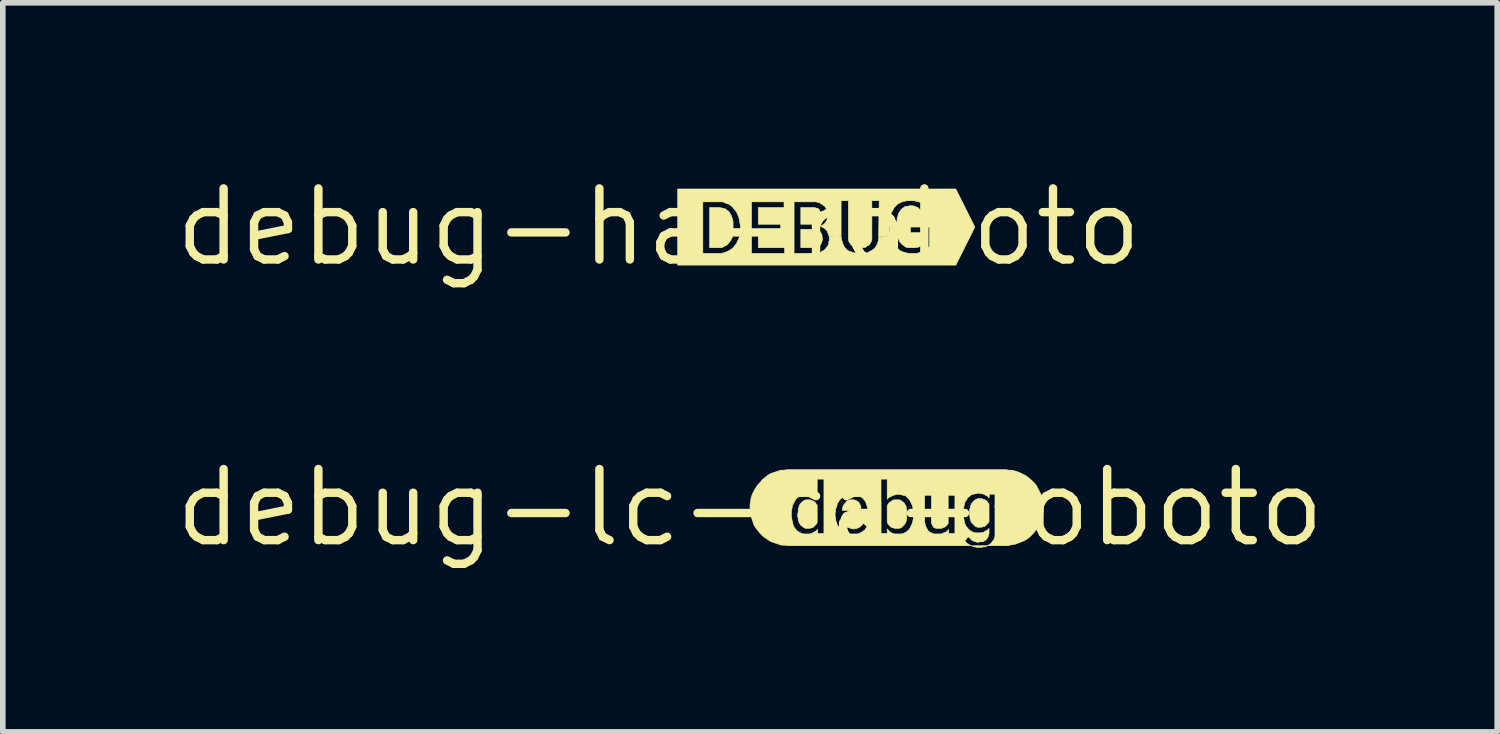
<source format=kicad_pcb>
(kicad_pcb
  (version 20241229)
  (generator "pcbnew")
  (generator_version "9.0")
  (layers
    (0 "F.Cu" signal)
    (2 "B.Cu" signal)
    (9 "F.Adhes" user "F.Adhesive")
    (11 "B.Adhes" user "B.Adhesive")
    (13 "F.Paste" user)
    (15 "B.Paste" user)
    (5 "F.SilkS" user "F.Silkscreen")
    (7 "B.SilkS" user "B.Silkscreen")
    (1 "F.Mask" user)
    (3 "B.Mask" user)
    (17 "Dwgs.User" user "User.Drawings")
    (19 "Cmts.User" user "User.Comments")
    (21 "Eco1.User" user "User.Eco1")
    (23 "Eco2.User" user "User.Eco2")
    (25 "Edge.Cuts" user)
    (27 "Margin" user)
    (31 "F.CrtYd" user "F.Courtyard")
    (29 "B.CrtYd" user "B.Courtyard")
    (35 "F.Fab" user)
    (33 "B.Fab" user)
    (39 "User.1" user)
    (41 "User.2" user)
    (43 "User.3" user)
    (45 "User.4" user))
  (footprint "debug-ha-roboto"
    (layer "F.Cu")
    (at 8.716 1.006)
    (property "Reference" "debug-ha-roboto" (at 0 0 0) (layer "F.SilkS") (effects (font (size 1.27 1.27) (thickness 0.15))))
    (attr board_only exclude_from_pos_files exclude_from_bom)
    (fp_poly (pts (xy 2.54 -0.05) (xy 2.73 -0.05) (xy 2.75 -0.06) (xy 2.78 -0.06) (xy 2.8 -0.07) (xy 2.82 -0.08) (xy 2.84 -0.09) (xy 2.86 -0.11) (xy 2.88 -0.13) (xy 2.89 -0.15) (xy 2.9 -0.18) (xy 2.9 -0.21) (xy 2.9 -0.24) (xy 2.89 -0.27) (xy 2.87 -0.29) (xy 2.86 -0.31) (xy 2.84 -0.33) (xy 2.81 -0.34) (xy 2.78 -0.35) (xy 2.73 -0.35) (xy 2.54 -0.35) (xy 2.54 -0.05)) (stroke (width 0.01) (type solid)) (fill yes) (layer "F.SilkS"))
    (fp_poly (pts (xy 2.54 0.04) (xy 2.54 0.37) (xy 2.75 0.37) (xy 2.79 0.37) (xy 2.82 0.36) (xy 2.85 0.35) (xy 2.88 0.33) (xy 2.9 0.3) (xy 2.91 0.28) (xy 2.92 0.25) (xy 2.93 0.22) (xy 2.92 0.18) (xy 2.92 0.15) (xy 2.91 0.12) (xy 2.89 0.09) (xy 2.87 0.07) (xy 2.85 0.06) (xy 2.83 0.05) (xy 2.8 0.05) (xy 2.78 0.04) (xy 2.75 0.04) (xy 2.54 0.04)) (stroke (width 0.01) (type solid)) (fill yes) (layer "F.SilkS"))
    (fp_poly (pts (xy 0.91 -0.35) (xy 0.91 0.37) (xy 1.07 0.37) (xy 1.11 0.37) (xy 1.15 0.36) (xy 1.18 0.34) (xy 1.21 0.33) (xy 1.23 0.31) (xy 1.25 0.29) (xy 1.27 0.26) (xy 1.29 0.24) (xy 1.3 0.21) (xy 1.32 0.18) (xy 1.33 0.14) (xy 1.33 0.09) (xy 1.33 0.05) (xy 1.33 -0.02) (xy 1.33 -0.06) (xy 1.33 -0.1) (xy 1.32 -0.14) (xy 1.31 -0.17) (xy 1.3 -0.2) (xy 1.29 -0.22) (xy 1.27 -0.25) (xy 1.26 -0.27) (xy 1.24 -0.29) (xy 1.22 -0.3) (xy 1.2 -0.32) (xy 1.18 -0.33) (xy 1.13 -0.34) (xy 1.08 -0.35) (xy 1.05 -0.35) (xy 0.91 -0.35)) (stroke (width 0.01) (type solid)) (fill yes) (layer "F.SilkS"))
    (fp_poly (pts (xy 0.68 -0.68) (xy 0.34 -0.68) (xy 0.34 0.68) (xy 5.31 0.68) (xy 5.65 0) (xy 5.31 -0.68) (xy 0.68 -0.68) (xy 0.79 -0.45) (xy 1.05 -0.45) (xy 1.1 -0.45) (xy 1.14 -0.45) (xy 1.17 -0.44) (xy 1.21 -0.42) (xy 1.25 -0.41) (xy 1.28 -0.39) (xy 1.32 -0.36) (xy 1.34 -0.33) (xy 1.37 -0.3) (xy 1.39 -0.27) (xy 1.41 -0.23) (xy 1.43 -0.18) (xy 1.44 -0.14) (xy 1.45 -0.08) (xy 1.46 -0.03) (xy 1.46 0.05) (xy 1.45 0.09) (xy 1.45 0.14) (xy 1.44 0.19) (xy 1.42 0.23) (xy 1.4 0.27) (xy 1.39 0.3) (xy 1.66 0.47) (xy 1.66 -0.45) (xy 2.24 -0.45) (xy 2.24 -0.35) (xy 1.78 -0.35) (xy 1.78 -0.05) (xy 2.18 -0.05) (xy 2.18 0.05) (xy 1.78 0.05) (xy 1.78 0.37) (xy 2.25 0.37) (xy 2.25 0.47) (xy 2.42 0.47) (xy 2.42 -0.45) (xy 2.72 -0.45) (xy 2.77 -0.45) (xy 2.81 -0.45) (xy 2.85 -0.44) (xy 2.88 -0.43) (xy 2.91 -0.41) (xy 2.93 -0.4) (xy 2.95 -0.38) (xy 2.97 -0.37) (xy 2.98 -0.35) (xy 3 -0.33) (xy 3.01 -0.3) (xy 3.01 -0.28) (xy 3.02 -0.25) (xy 3.02 -0.21) (xy 3.02 -0.18) (xy 3.01 -0.14) (xy 3 -0.11) (xy 2.98 -0.08) (xy 2.95 -0.05) (xy 2.92 -0.03) (xy 2.89 -0.01) (xy 2.91 -0.01) (xy 2.93 0.01) (xy 2.96 0.02) (xy 2.97 0.03) (xy 2.99 0.05) (xy 3.01 0.07) (xy 3.02 0.1) (xy 3.03 0.12) (xy 3.04 0.15) (xy 3.05 0.17) (xy 3.26 0.16) (xy 3.26 -0.47) (xy 3.39 -0.47) (xy 3.39 0.17) (xy 3.39 0.22) (xy 3.4 0.26) (xy 3.42 0.29) (xy 3.43 0.31) (xy 3.45 0.33) (xy 3.47 0.34) (xy 3.5 0.36) (xy 3.53 0.37) (xy 3.56 0.37) (xy 3.6 0.37) (xy 3.63 0.37) (xy 3.67 0.37) (xy 3.7 0.36) (xy 3.72 0.34) (xy 3.75 0.33) (xy 3.77 0.31) (xy 3.78 0.29) (xy 3.8 0.26) (xy 3.81 0.22) (xy 3.81 0.17) (xy 3.81 -0.47) (xy 3.94 -0.47) (xy 3.93 0.18) (xy 4.14 0.15) (xy 4.13 0.1) (xy 4.12 0.04) (xy 4.13 -0.05) (xy 4.13 -0.09) (xy 4.13 -0.14) (xy 4.14 -0.19) (xy 4.15 -0.24) (xy 4.17 -0.28) (xy 4.19 -0.31) (xy 4.21 -0.35) (xy 4.24 -0.38) (xy 4.27 -0.41) (xy 4.31 -0.43) (xy 4.35 -0.45) (xy 4.39 -0.46) (xy 4.44 -0.47) (xy 4.5 -0.47) (xy 4.56 -0.47) (xy 4.61 -0.46) (xy 4.65 -0.45) (xy 4.69 -0.43) (xy 4.73 -0.41) (xy 4.76 -0.38) (xy 4.78 -0.35) (xy 4.8 -0.32) (xy 4.82 -0.28) (xy 4.83 -0.24) (xy 4.84 -0.19) (xy 4.72 -0.19) (xy 4.71 -0.22) (xy 4.7 -0.26) (xy 4.69 -0.28) (xy 4.67 -0.31) (xy 4.65 -0.33) (xy 4.63 -0.35) (xy 4.6 -0.36) (xy 4.58 -0.37) (xy 4.54 -0.38) (xy 4.51 -0.38) (xy 4.48 -0.38) (xy 4.45 -0.37) (xy 4.42 -0.37) (xy 4.39 -0.36) (xy 4.37 -0.34) (xy 4.35 -0.33) (xy 4.33 -0.31) (xy 4.31 -0.28) (xy 4.29 -0.25) (xy 4.28 -0.22) (xy 4.27 -0.19) (xy 4.26 -0.15) (xy 4.26 -0.11) (xy 4.25 -0.07) (xy 4.25 0.06) (xy 4.26 0.1) (xy 4.26 0.14) (xy 4.27 0.18) (xy 4.29 0.22) (xy 4.3 0.25) (xy 4.32 0.28) (xy 4.35 0.31) (xy 4.39 0.34) (xy 4.42 0.36) (xy 4.46 0.37) (xy 4.51 0.37) (xy 4.58 0.37) (xy 4.64 0.36) (xy 4.66 0.35) (xy 4.67 0.34) (xy 4.7 0.33) (xy 4.72 0.3) (xy 4.72 0.1) (xy 4.5 0.1) (xy 4.5 0) (xy 4.84 0) (xy 4.84 0.34) (xy 4.82 0.37) (xy 4.79 0.4) (xy 4.75 0.42) (xy 4.71 0.44) (xy 4.67 0.45) (xy 4.62 0.47) (xy 4.57 0.47) (xy 4.51 0.47) (xy 4.47 0.47) (xy 4.42 0.46) (xy 4.39 0.45) (xy 4.35 0.44) (xy 4.31 0.42) (xy 4.28 0.39) (xy 4.25 0.37) (xy 4.22 0.34) (xy 4.19 0.3) (xy 4.17 0.25) (xy 4.15 0.2) (xy 4.14 0.15) (xy 3.93 0.19) (xy 3.93 0.22) (xy 3.92 0.26) (xy 3.91 0.3) (xy 3.89 0.33) (xy 3.88 0.35) (xy 3.86 0.38) (xy 3.83 0.4) (xy 3.81 0.42) (xy 3.78 0.43) (xy 3.75 0.45) (xy 3.72 0.46) (xy 3.68 0.47) (xy 3.63 0.47) (xy 3.57 0.47) (xy 3.53 0.47) (xy 3.49 0.46) (xy 3.46 0.45) (xy 3.43 0.44) (xy 3.4 0.43) (xy 3.37 0.41) (xy 3.35 0.39) (xy 3.33 0.37) (xy 3.31 0.34) (xy 3.3 0.32) (xy 3.29 0.29) (xy 3.28 0.26) (xy 3.27 0.23) (xy 3.26 0.17) (xy 3.05 0.18) (xy 3.05 0.2) (xy 3.05 0.24) (xy 3.04 0.26) (xy 3.04 0.29) (xy 3.03 0.32) (xy 3.02 0.34) (xy 3 0.36) (xy 2.99 0.38) (xy 2.97 0.4) (xy 2.95 0.42) (xy 2.92 0.43) (xy 2.9 0.45) (xy 2.87 0.46) (xy 2.84 0.46) (xy 2.8 0.47) (xy 2.75 0.47) (xy 2.42 0.47) (xy 2.25 0.47) (xy 1.66 0.47) (xy 1.39 0.3) (xy 1.36 0.33) (xy 1.34 0.36) (xy 1.32 0.38) (xy 1.29 0.4) (xy 1.26 0.42) (xy 1.22 0.44) (xy 1.19 0.45) (xy 1.13 0.47) (xy 1.07 0.47) (xy 0.79 0.47) (xy 0.79 -0.45) (xy 0.68 -0.68)) (stroke (width 0.01) (type solid)) (fill yes) (layer "F.SilkS")))
  (footprint "debug-lc-ca-roboto"
    (layer "F.Cu")
    (at 10.349 6.019)
    (property "Reference" "debug-lc-ca-roboto" (at 0 0 0) (layer "F.SilkS") (effects (font (size 1.27 1.27) (thickness 0.15))))
    (attr board_only exclude_from_pos_files exclude_from_bom)
    (fp_poly (pts (xy 1.82 -0.14) (xy 1.79 -0.14) (xy 1.75 -0.13) (xy 1.72 -0.11) (xy 1.7 -0.08) (xy 1.68 -0.06) (xy 1.66 -0.02) (xy 1.65 0.01) (xy 1.65 0.05) (xy 1.98 0.05) (xy 1.98 0.01) (xy 1.98 -0.03) (xy 1.96 -0.06) (xy 1.95 -0.09) (xy 1.92 -0.11) (xy 1.89 -0.13) (xy 1.86 -0.14) (xy 1.82 -0.14)) (stroke (width 0.01) (type solid)) (fill yes) (layer "F.SilkS"))
    (fp_poly (pts (xy 0.85 0.12) (xy 0.85 0.16) (xy 0.86 0.19) (xy 0.86 0.22) (xy 0.87 0.25) (xy 0.88 0.27) (xy 0.89 0.29) (xy 0.91 0.32) (xy 0.93 0.33) (xy 0.95 0.35) (xy 0.97 0.36) (xy 0.99 0.37) (xy 1.01 0.37) (xy 1.04 0.37) (xy 1.07 0.37) (xy 1.1 0.36) (xy 1.12 0.36) (xy 1.14 0.34) (xy 1.16 0.32) (xy 1.18 0.3) (xy 1.2 0.27) (xy 1.2 -0.04) (xy 1.18 -0.07) (xy 1.16 -0.1) (xy 1.13 -0.12) (xy 1.1 -0.13) (xy 1.07 -0.14) (xy 1.03 -0.14) (xy 1 -0.14) (xy 0.97 -0.13) (xy 0.94 -0.11) (xy 0.92 -0.09) (xy 0.9 -0.07) (xy 0.88 -0.04) (xy 0.87 0) (xy 0.86 0.03) (xy 0.86 0.08) (xy 0.85 0.12)) (stroke (width 0.01) (type solid)) (fill yes) (layer "F.SilkS"))
    (fp_poly (pts (xy 2.8 0.11) (xy 2.8 0.07) (xy 2.8 0.04) (xy 2.79 0.01) (xy 2.79 -0.02) (xy 2.78 -0.04) (xy 2.76 -0.07) (xy 2.75 -0.09) (xy 2.73 -0.1) (xy 2.71 -0.12) (xy 2.69 -0.13) (xy 2.67 -0.14) (xy 2.65 -0.14) (xy 2.62 -0.14) (xy 2.59 -0.14) (xy 2.57 -0.14) (xy 2.54 -0.13) (xy 2.52 -0.11) (xy 2.49 -0.09) (xy 2.47 -0.07) (xy 2.45 -0.03) (xy 2.45 0.26) (xy 2.47 0.3) (xy 2.49 0.32) (xy 2.52 0.35) (xy 2.55 0.36) (xy 2.59 0.37) (xy 2.62 0.37) (xy 2.66 0.37) (xy 2.7 0.36) (xy 2.72 0.34) (xy 2.74 0.32) (xy 2.76 0.3) (xy 2.78 0.27) (xy 2.79 0.24) (xy 2.8 0.2) (xy 2.8 0.16) (xy 2.8 0.11)) (stroke (width 0.01) (type solid)) (fill yes) (layer "F.SilkS"))
    (fp_poly (pts (xy 3.92 0.1) (xy 3.92 0.14) (xy 3.93 0.17) (xy 3.93 0.2) (xy 3.94 0.23) (xy 3.95 0.25) (xy 3.96 0.27) (xy 3.98 0.29) (xy 4 0.31) (xy 4.02 0.33) (xy 4.04 0.34) (xy 4.06 0.35) (xy 4.08 0.35) (xy 4.11 0.35) (xy 4.14 0.35) (xy 4.16 0.34) (xy 4.19 0.34) (xy 4.21 0.32) (xy 4.23 0.3) (xy 4.25 0.28) (xy 4.27 0.25) (xy 4.27 -0.06) (xy 4.25 -0.09) (xy 4.23 -0.12) (xy 4.2 -0.14) (xy 4.17 -0.15) (xy 4.14 -0.16) (xy 4.1 -0.16) (xy 4.07 -0.16) (xy 4.04 -0.15) (xy 4.01 -0.13) (xy 3.99 -0.11) (xy 3.97 -0.09) (xy 3.95 -0.06) (xy 3.94 -0.02) (xy 3.93 0.01) (xy 3.92 0.06) (xy 3.92 0.1)) (stroke (width 0.01) (type solid)) (fill yes) (layer "F.SilkS"))
    (fp_poly (pts (xy 0.68 -0.68) (xy 0.61 -0.67) (xy 0.55 -0.67) (xy 0.49 -0.65) (xy 0.43 -0.63) (xy 0.37 -0.61) (xy 0.32 -0.58) (xy 0.27 -0.54) (xy 0.22 -0.5) (xy 0.18 -0.45) (xy 0.14 -0.41) (xy 0.1 -0.35) (xy 0.07 -0.3) (xy 0.04 -0.24) (xy 0.02 -0.18) (xy 0.01 -0.12) (xy 0 -0.06) (xy 0 0) (xy 0 0.07) (xy 0.01 0.13) (xy 0.03 0.19) (xy 0.05 0.25) (xy 0.07 0.31) (xy 0.1 0.36) (xy 0.14 0.41) (xy 0.18 0.46) (xy 0.23 0.51) (xy 0.27 0.54) (xy 0.33 0.58) (xy 0.38 0.61) (xy 0.44 0.63) (xy 0.5 0.65) (xy 0.56 0.67) (xy 0.62 0.67) (xy 0.68 0.68) (xy 0.85 0.42) (xy 0.82 0.39) (xy 0.79 0.35) (xy 0.77 0.31) (xy 0.76 0.26) (xy 0.75 0.22) (xy 0.74 0.16) (xy 0.74 0.11) (xy 0.74 0.06) (xy 0.75 0.01) (xy 0.76 -0.04) (xy 0.78 -0.08) (xy 0.8 -0.12) (xy 0.82 -0.15) (xy 0.85 -0.18) (xy 0.89 -0.21) (xy 0.92 -0.22) (xy 0.97 -0.23) (xy 1.01 -0.24) (xy 1.06 -0.23) (xy 1.1 -0.22) (xy 1.14 -0.21) (xy 1.17 -0.18) (xy 1.2 -0.16) (xy 1.2 -0.51) (xy 1.32 -0.51) (xy 1.32 0.46) (xy 1.56 0.31) (xy 1.55 0.28) (xy 1.54 0.25) (xy 1.53 0.22) (xy 1.53 0.19) (xy 1.52 0.15) (xy 1.52 0.1) (xy 1.53 0.07) (xy 1.53 0.03) (xy 1.54 0) (xy 1.55 -0.03) (xy 1.56 -0.07) (xy 1.58 -0.1) (xy 1.59 -0.12) (xy 1.61 -0.15) (xy 1.64 -0.17) (xy 1.66 -0.19) (xy 1.69 -0.2) (xy 1.72 -0.22) (xy 1.75 -0.23) (xy 1.78 -0.23) (xy 1.81 -0.24) (xy 1.84 -0.24) (xy 1.88 -0.23) (xy 1.91 -0.23) (xy 1.93 -0.22) (xy 1.96 -0.21) (xy 1.98 -0.19) (xy 2 -0.18) (xy 2.02 -0.16) (xy 2.04 -0.14) (xy 2.06 -0.11) (xy 2.07 -0.09) (xy 2.08 -0.06) (xy 2.09 -0.03) (xy 2.1 0.01) (xy 2.1 0.04) (xy 2.11 0.08) (xy 2.11 0.15) (xy 1.64 0.15) (xy 1.64 0.19) (xy 1.65 0.22) (xy 1.66 0.25) (xy 1.67 0.28) (xy 1.69 0.31) (xy 1.71 0.33) (xy 1.74 0.35) (xy 1.77 0.36) (xy 1.8 0.37) (xy 1.83 0.38) (xy 1.87 0.38) (xy 1.91 0.37) (xy 1.94 0.36) (xy 1.97 0.34) (xy 2 0.31) (xy 2.03 0.28) (xy 2.09 0.34) (xy 2.34 0.46) (xy 2.34 -0.51) (xy 2.45 -0.51) (xy 2.45 -0.15) (xy 2.48 -0.18) (xy 2.52 -0.2) (xy 2.56 -0.22) (xy 2.6 -0.23) (xy 2.65 -0.24) (xy 2.7 -0.23) (xy 2.74 -0.22) (xy 2.78 -0.21) (xy 2.81 -0.18) (xy 2.84 -0.15) (xy 2.86 -0.12) (xy 2.88 -0.08) (xy 2.9 -0.04) (xy 2.91 0.01) (xy 2.92 0.06) (xy 2.92 0.12) (xy 2.92 0.18) (xy 2.91 0.23) (xy 3.12 0.26) (xy 3.12 -0.22) (xy 3.24 -0.22) (xy 3.24 0.22) (xy 3.24 0.25) (xy 3.24 0.27) (xy 3.25 0.3) (xy 3.26 0.32) (xy 3.27 0.33) (xy 3.28 0.35) (xy 3.3 0.36) (xy 3.32 0.37) (xy 3.34 0.37) (xy 3.37 0.37) (xy 3.4 0.37) (xy 3.42 0.37) (xy 3.45 0.36) (xy 3.47 0.35) (xy 3.49 0.34) (xy 3.51 0.32) (xy 3.52 0.31) (xy 3.54 0.28) (xy 3.54 0.27) (xy 3.54 -0.22) (xy 3.66 -0.22) (xy 3.84 -0.1) (xy 3.87 -0.14) (xy 3.89 -0.18) (xy 3.92 -0.2) (xy 3.95 -0.23) (xy 3.99 -0.24) (xy 4.04 -0.25) (xy 4.08 -0.26) (xy 4.13 -0.25) (xy 4.18 -0.24) (xy 4.21 -0.22) (xy 4.25 -0.2) (xy 4.27 -0.17) (xy 4.28 -0.24) (xy 4.39 -0.24) (xy 4.39 0.43) (xy 4.39 0.46) (xy 4.38 0.52) (xy 4.37 0.54) (xy 4.36 0.56) (xy 4.35 0.58) (xy 4.33 0.6) (xy 4.32 0.62) (xy 4.3 0.64) (xy 4.28 0.66) (xy 4.25 0.67) (xy 4.23 0.69) (xy 4.2 0.7) (xy 4.17 0.7) (xy 4.14 0.71) (xy 4.11 0.71) (xy 4.08 0.71) (xy 4.05 0.71) (xy 4.01 0.7) (xy 3.98 0.69) (xy 3.95 0.68) (xy 3.93 0.67) (xy 3.9 0.65) (xy 3.88 0.64) (xy 3.86 0.62) (xy 3.84 0.59) (xy 3.9 0.52) (xy 3.93 0.55) (xy 3.96 0.58) (xy 4 0.6) (xy 4.03 0.61) (xy 4.07 0.62) (xy 4.12 0.61) (xy 4.16 0.61) (xy 4.19 0.59) (xy 4.21 0.58) (xy 4.23 0.56) (xy 4.24 0.54) (xy 4.26 0.51) (xy 4.26 0.49) (xy 4.27 0.46) (xy 4.27 0.37) (xy 4.24 0.4) (xy 4.2 0.42) (xy 4.17 0.44) (xy 4.12 0.45) (xy 4.08 0.45) (xy 4.03 0.45) (xy 3.99 0.44) (xy 3.95 0.42) (xy 3.92 0.4) (xy 3.89 0.37) (xy 3.86 0.33) (xy 3.84 0.29) (xy 3.83 0.25) (xy 3.82 0.2) (xy 3.81 0.14) (xy 3.81 0.09) (xy 3.81 0.03) (xy 3.82 -0.01) (xy 3.83 -0.06) (xy 3.84 -0.1) (xy 3.66 -0.22) (xy 3.66 0.46) (xy 3.55 0.46) (xy 3.55 0.39) (xy 3.53 0.41) (xy 3.51 0.43) (xy 3.49 0.44) (xy 3.46 0.45) (xy 3.44 0.46) (xy 3.41 0.47) (xy 3.38 0.47) (xy 3.34 0.47) (xy 3.32 0.47) (xy 3.29 0.47) (xy 3.26 0.46) (xy 3.24 0.45) (xy 3.22 0.44) (xy 3.2 0.43) (xy 3.18 0.41) (xy 3.17 0.39) (xy 3.15 0.36) (xy 3.14 0.33) (xy 3.13 0.3) (xy 3.12 0.26) (xy 2.91 0.23) (xy 2.9 0.28) (xy 2.88 0.32) (xy 2.86 0.36) (xy 2.84 0.39) (xy 2.81 0.42) (xy 2.78 0.44) (xy 2.76 0.45) (xy 2.74 0.46) (xy 2.69 0.47) (xy 2.64 0.47) (xy 2.59 0.47) (xy 2.55 0.46) (xy 2.51 0.44) (xy 2.48 0.41) (xy 2.45 0.38) (xy 2.45 0.46) (xy 2.34 0.46) (xy 2.09 0.34) (xy 2.07 0.37) (xy 2.05 0.4) (xy 2.02 0.42) (xy 1.99 0.44) (xy 1.95 0.46) (xy 1.92 0.47) (xy 1.88 0.47) (xy 1.84 0.47) (xy 1.8 0.47) (xy 1.77 0.47) (xy 1.74 0.46) (xy 1.71 0.45) (xy 1.69 0.44) (xy 1.66 0.42) (xy 1.64 0.4) (xy 1.61 0.38) (xy 1.59 0.36) (xy 1.58 0.34) (xy 1.56 0.31) (xy 1.32 0.46) (xy 1.21 0.46) (xy 1.21 0.39) (xy 1.17 0.42) (xy 1.14 0.44) (xy 1.1 0.46) (xy 1.06 0.47) (xy 1.01 0.47) (xy 0.96 0.47) (xy 0.92 0.46) (xy 0.88 0.44) (xy 0.85 0.42) (xy 0.68 0.68) (xy 4.57 0.68) (xy 4.61 0.68) (xy 4.64 0.67) (xy 4.7 0.66) (xy 4.75 0.65) (xy 4.8 0.63) (xy 4.85 0.61) (xy 4.9 0.59) (xy 4.95 0.56) (xy 4.99 0.53) (xy 5.03 0.49) (xy 5.07 0.45) (xy 5.1 0.41) (xy 5.13 0.37) (xy 5.16 0.32) (xy 5.19 0.27) (xy 5.21 0.22) (xy 5.22 0.17) (xy 5.23 0.12) (xy 5.24 0.05) (xy 5.24 -0.02) (xy 5.24 -0.08) (xy 5.23 -0.15) (xy 5.21 -0.21) (xy 5.18 -0.27) (xy 5.15 -0.33) (xy 5.12 -0.39) (xy 5.08 -0.44) (xy 5.03 -0.49) (xy 4.98 -0.53) (xy 4.93 -0.57) (xy 4.87 -0.6) (xy 4.81 -0.63) (xy 4.75 -0.65) (xy 4.68 -0.67) (xy 4.62 -0.67) (xy 4.57 -0.68) (xy 0.68 -0.68)) (stroke (width 0.01) (type solid)) (fill yes) (layer "F.SilkS")))
  (gr_rect
    (start -3 -3)
    (end 23.697 10.025)
    (stroke (width 0.1) (type default))
    (fill no)
    (layer "Edge.Cuts")))
</source>
